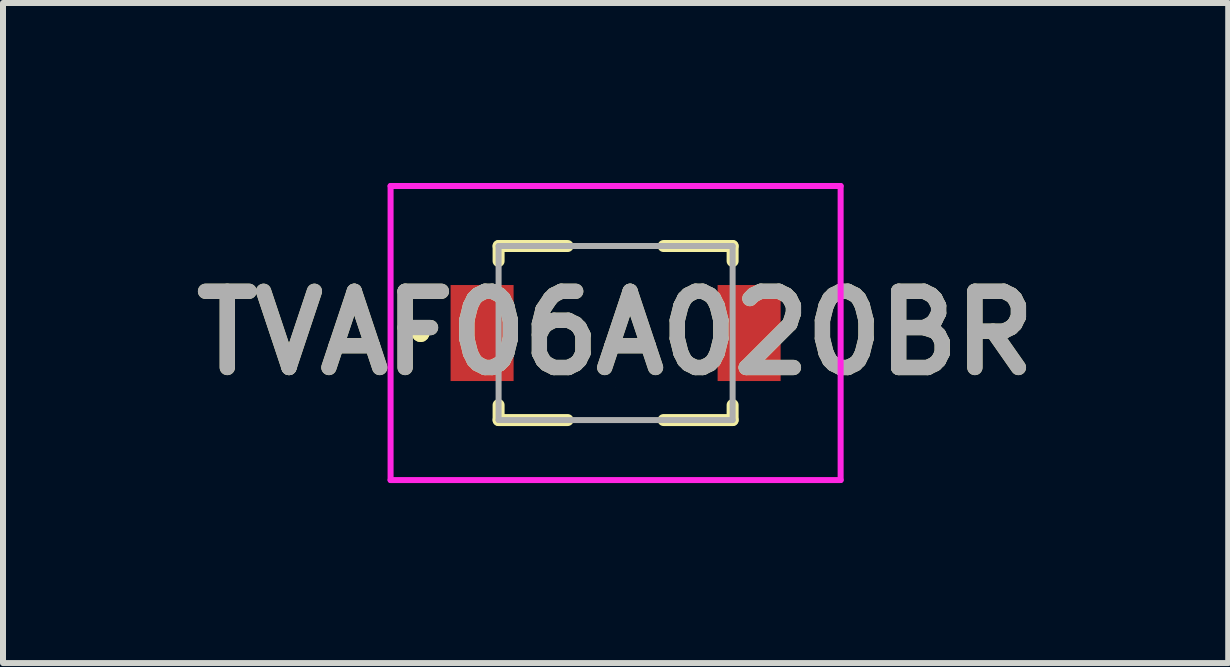
<source format=kicad_pcb>
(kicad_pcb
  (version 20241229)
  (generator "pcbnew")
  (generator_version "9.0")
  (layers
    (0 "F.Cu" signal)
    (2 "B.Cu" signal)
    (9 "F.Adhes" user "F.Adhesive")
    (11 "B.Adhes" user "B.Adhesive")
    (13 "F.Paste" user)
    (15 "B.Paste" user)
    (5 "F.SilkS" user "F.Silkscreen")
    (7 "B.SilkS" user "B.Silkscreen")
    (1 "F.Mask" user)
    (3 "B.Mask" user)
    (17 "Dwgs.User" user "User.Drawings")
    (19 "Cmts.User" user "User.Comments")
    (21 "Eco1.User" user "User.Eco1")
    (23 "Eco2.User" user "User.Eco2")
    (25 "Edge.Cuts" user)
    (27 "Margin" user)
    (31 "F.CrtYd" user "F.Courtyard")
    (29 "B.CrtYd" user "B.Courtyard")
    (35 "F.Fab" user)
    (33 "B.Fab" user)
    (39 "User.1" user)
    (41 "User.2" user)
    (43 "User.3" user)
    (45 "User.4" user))
  (footprint "TVAF06A020BR"
    (layer "F.Cu")
    (at 7.209 2.5)
    (property "Reference" "TVAF06A020BR" (at 0 0 0) (layer "F.SilkS") (effects (font (size 1.27 1.27) (thickness 0.254))))
    (attr through_hole)
    (fp_line (start -3.3 0) (end -3.3 0) (stroke (width 0.2) (type solid)) (layer "F.SilkS"))
    (fp_line (start -3.3 0) (end -3.3 0) (stroke (width 0.2) (type solid)) (layer "F.SilkS"))
    (fp_line (start -3.2 0) (end -3.2 0) (stroke (width 0.2) (type solid)) (layer "F.SilkS"))
    (fp_line (start -1.95 -1.45) (end -0.8 -1.45) (stroke (width 0.2) (type solid)) (layer "F.SilkS"))
    (fp_line (start -1.95 -1.2) (end -1.95 -1.45) (stroke (width 0.2) (type solid)) (layer "F.SilkS"))
    (fp_line (start -1.95 1.2) (end -1.95 1.45) (stroke (width 0.2) (type solid)) (layer "F.SilkS"))
    (fp_line (start -1.95 1.45) (end -0.8 1.45) (stroke (width 0.2) (type solid)) (layer "F.SilkS"))
    (fp_line (start 0.8 -1.45) (end 1.95 -1.45) (stroke (width 0.2) (type solid)) (layer "F.SilkS"))
    (fp_line (start 1.95 -1.45) (end 1.95 -1.2) (stroke (width 0.2) (type solid)) (layer "F.SilkS"))
    (fp_line (start 1.95 1.2) (end 1.95 1.45) (stroke (width 0.2) (type solid)) (layer "F.SilkS"))
    (fp_line (start 1.95 1.45) (end 0.8 1.45) (stroke (width 0.2) (type solid)) (layer "F.SilkS"))
    (fp_arc (start -3.3 0) (mid -3.25 -0.05) (end -3.2 0) (stroke (width 0.2) (type solid)) (layer "F.SilkS"))
    (fp_arc (start -3.2 0) (mid -3.25 0.05) (end -3.3 0) (stroke (width 0.2) (type solid)) (layer "F.SilkS"))
    (fp_arc (start -3.2 0) (mid -3.25 0.05) (end -3.3 0) (stroke (width 0.2) (type solid)) (layer "F.SilkS"))
    (fp_line (start -3.75 -2.45) (end 3.75 -2.45) (stroke (width 0.1) (type solid)) (layer "F.CrtYd"))
    (fp_line (start -3.75 2.45) (end -3.75 -2.45) (stroke (width 0.1) (type solid)) (layer "F.CrtYd"))
    (fp_line (start 3.75 -2.45) (end 3.75 2.45) (stroke (width 0.1) (type solid)) (layer "F.CrtYd"))
    (fp_line (start 3.75 2.45) (end -3.75 2.45) (stroke (width 0.1) (type solid)) (layer "F.CrtYd"))
    (fp_line (start -1.95 -1.45) (end -1.95 1.45) (stroke (width 0.1) (type solid)) (layer "F.Fab"))
    (fp_line (start -1.95 1.45) (end 1.95 1.45) (stroke (width 0.1) (type solid)) (layer "F.Fab"))
    (fp_line (start 1.95 -1.45) (end -1.95 -1.45) (stroke (width 0.1) (type solid)) (layer "F.Fab"))
    (fp_line (start 1.95 1.45) (end 1.95 -1.45) (stroke (width 0.1) (type solid)) (layer "F.Fab"))
    (fp_text user "${REFERENCE}" (at 0 0 0) (layer "F.Fab") (effects (font (size 1.27 1.27) (thickness 0.254))))
    (pad "" np_thru_hole circle (at 0 -0.9) (size 0.001 0.001) (drill 0.75) (layers "*.Cu" "*.Mask"))
    (pad "" np_thru_hole circle (at 0 0.9) (size 0.001 0.001) (drill 0.75) (layers "*.Cu" "*.Mask"))
    (pad "1" smd rect (at -2.225 0) (size 1.05 1.6) (layers "F.Cu" "F.Mask" "F.Paste"))
    (pad "2" smd rect (at 2.225 0) (size 1.05 1.6) (layers "F.Cu" "F.Mask" "F.Paste")))
  (gr_rect
    (start -3 -3)
    (end 17.418 8)
    (stroke (width 0.1) (type default))
    (fill no)
    (layer "Edge.Cuts")))
</source>
